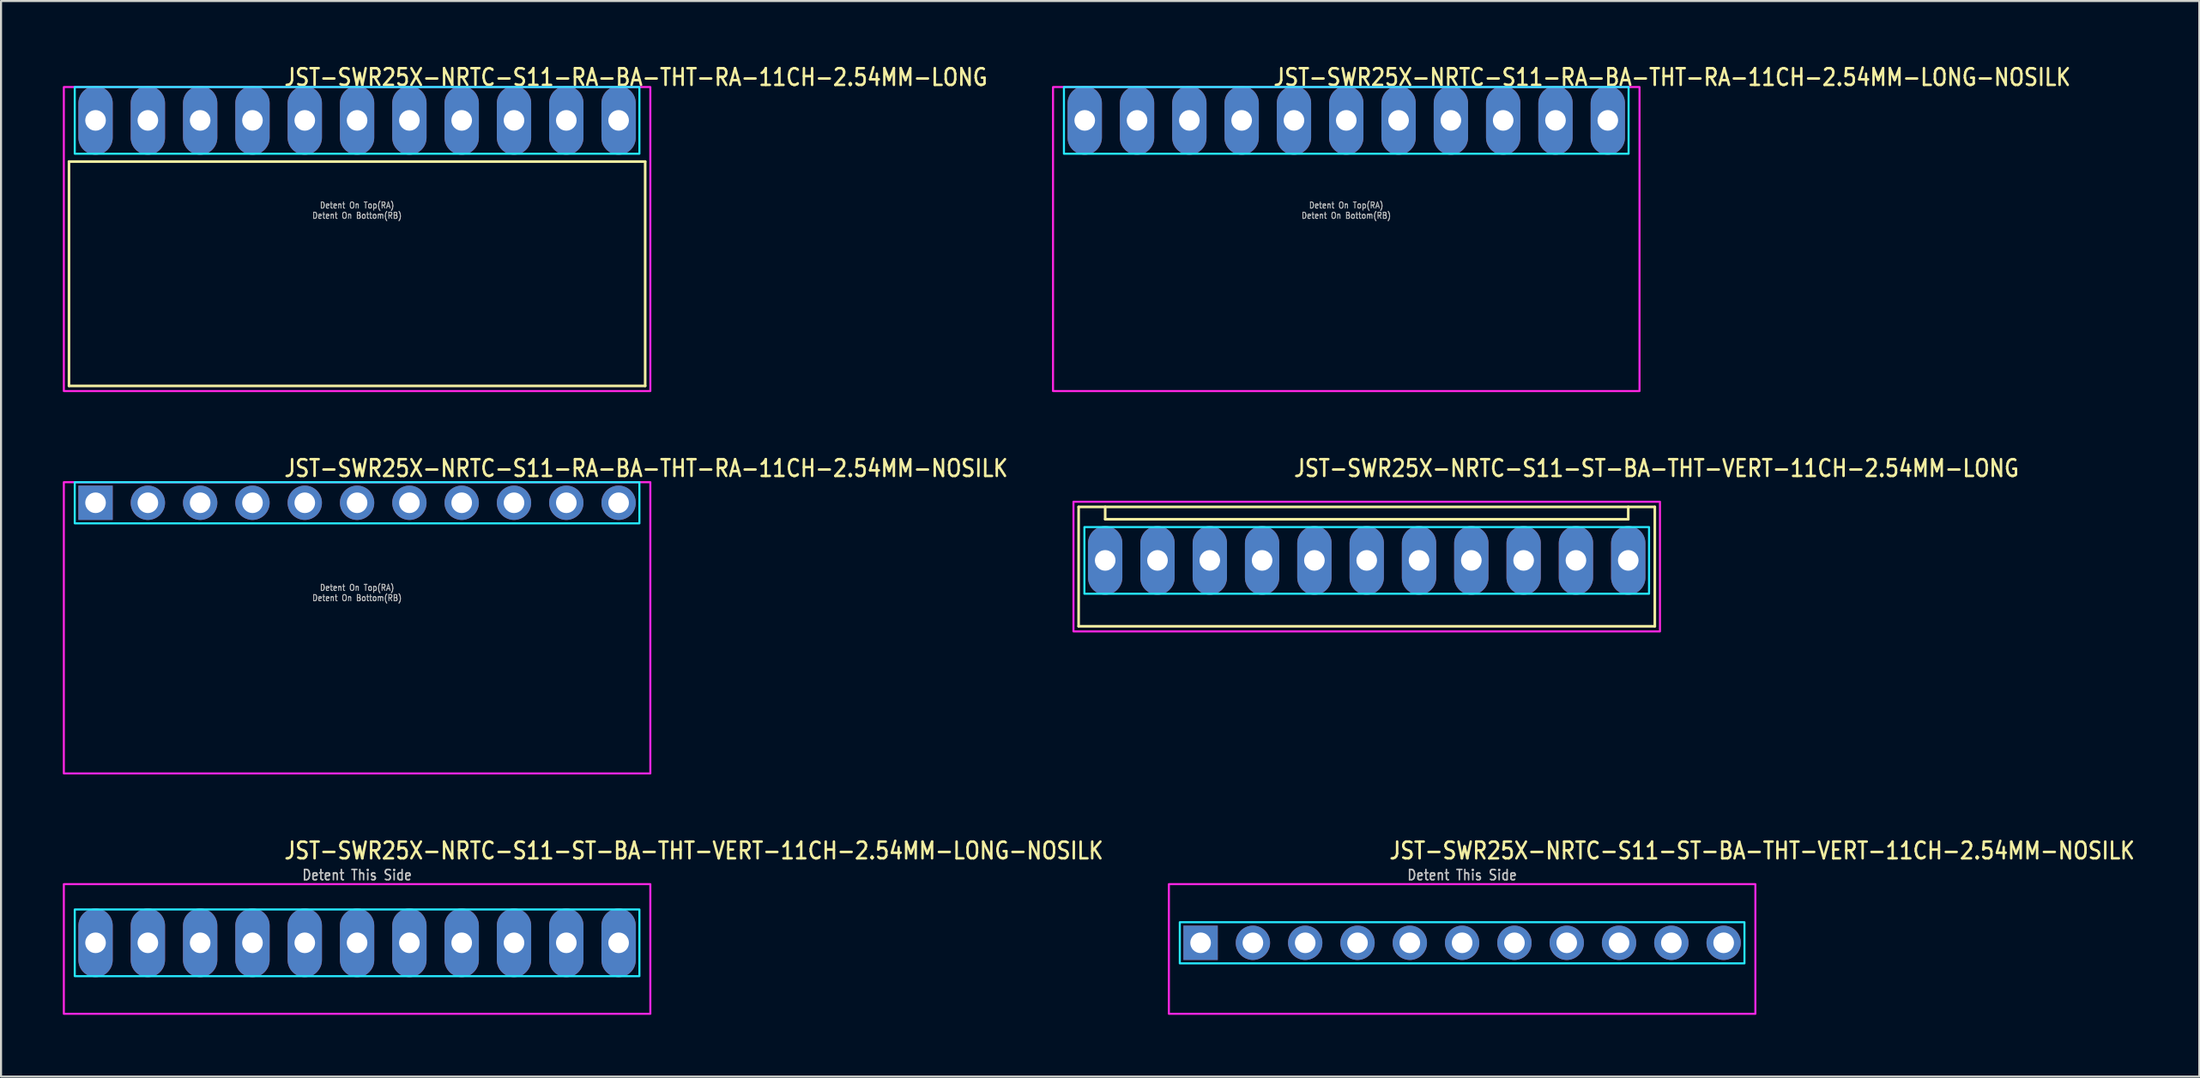
<source format=kicad_pcb>
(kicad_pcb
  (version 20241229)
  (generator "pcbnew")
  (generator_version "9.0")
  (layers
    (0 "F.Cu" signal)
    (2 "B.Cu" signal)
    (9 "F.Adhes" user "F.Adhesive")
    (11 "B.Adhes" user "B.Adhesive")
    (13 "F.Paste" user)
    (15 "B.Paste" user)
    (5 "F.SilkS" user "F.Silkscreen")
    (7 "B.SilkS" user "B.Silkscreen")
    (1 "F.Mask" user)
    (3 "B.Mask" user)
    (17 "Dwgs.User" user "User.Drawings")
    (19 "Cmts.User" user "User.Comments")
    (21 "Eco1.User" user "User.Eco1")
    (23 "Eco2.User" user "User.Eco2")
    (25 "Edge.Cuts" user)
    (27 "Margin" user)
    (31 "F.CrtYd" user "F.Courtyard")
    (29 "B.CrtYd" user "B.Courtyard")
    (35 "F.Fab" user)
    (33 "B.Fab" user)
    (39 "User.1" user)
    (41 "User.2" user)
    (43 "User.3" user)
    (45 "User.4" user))
  (footprint "JST-SWR25X-NRTC-S11-RA-BA-THT-RA-11CH-2.54MM-LONG"
    (layer "F.Cu")
    (at 14.29 2.799)
    (property "Reference" "JST-SWR25X-NRTC-S11-RA-BA-THT-RA-11CH-2.54MM-LONG" (at -3.6 -1.62 0) (unlocked yes) (layer "F.SilkS") (effects (font (size 0.813 0.695) (thickness 0.122)) (justify left bottom)))
    (fp_line (start -13.99 2) (end 13.99 2) (stroke (width 0.127) (type solid)) (layer "F.SilkS"))
    (fp_line (start -13.99 12.9) (end -13.99 2) (stroke (width 0.127) (type solid)) (layer "F.SilkS"))
    (fp_line (start -13.99 12.9) (end 13.99 12.9) (stroke (width 0.127) (type solid)) (layer "F.SilkS"))
    (fp_line (start 13.99 2) (end 13.99 12.9) (stroke (width 0.127) (type solid)) (layer "F.SilkS"))
    (fp_poly (pts (xy -13.71 -1.62) (xy -13.71 1.62) (xy 13.71 1.62) (xy 13.71 -1.62)) (stroke (width 0.1) (type solid)) (fill no) (layer "B.CrtYd"))
    (fp_poly (pts (xy -14.24 -1.62) (xy -14.24 13.15) (xy 14.24 13.15) (xy 14.24 -1.62)) (stroke (width 0.1) (type solid)) (fill no) (layer "F.CrtYd"))
    (fp_text user "Detent On Top(RA)" (at 0 4.3 0) (unlocked yes) (layer "Dwgs.User") (effects (font (size 0.3 0.257) (thickness 0.045)) (justify bottom)))
    (fp_text user "Detent On Bottom(RB)" (at 0 4.8 0) (unlocked yes) (layer "Dwgs.User") (effects (font (size 0.3 0.257) (thickness 0.045)) (justify bottom)))
    (pad "1" thru_hole oval (at -12.7 0 90) (size 3.333 1.667) (drill 1) (layers "*.Cu" "*.Mask"))
    (pad "2" thru_hole oval (at -10.16 0 90) (size 3.333 1.667) (drill 1) (layers "*.Cu" "*.Mask"))
    (pad "3" thru_hole oval (at -7.62 0 90) (size 3.333 1.667) (drill 1) (layers "*.Cu" "*.Mask"))
    (pad "4" thru_hole oval (at -5.08 0 90) (size 3.333 1.667) (drill 1) (layers "*.Cu" "*.Mask"))
    (pad "5" thru_hole oval (at -2.54 0 90) (size 3.333 1.667) (drill 1) (layers "*.Cu" "*.Mask"))
    (pad "6" thru_hole oval (at 0 0 90) (size 3.333 1.667) (drill 1) (layers "*.Cu" "*.Mask"))
    (pad "7" thru_hole oval (at 2.54 0 90) (size 3.333 1.667) (drill 1) (layers "*.Cu" "*.Mask"))
    (pad "8" thru_hole oval (at 5.08 0 90) (size 3.333 1.667) (drill 1) (layers "*.Cu" "*.Mask"))
    (pad "9" thru_hole oval (at 7.62 0 90) (size 3.333 1.667) (drill 1) (layers "*.Cu" "*.Mask"))
    (pad "10" thru_hole oval (at 10.16 0 90) (size 3.333 1.667) (drill 1) (layers "*.Cu" "*.Mask"))
    (pad "11" thru_hole oval (at 12.7 0 90) (size 3.333 1.667) (drill 1) (layers "*.Cu" "*.Mask")))
  (footprint "JST-SWR25X-NRTC-S11-ST-BA-THT-VERT-11CH-2.54MM-NOSILK"
    (layer "F.Cu")
    (at 67.951 42.756)
    (property "Reference" "JST-SWR25X-NRTC-S11-ST-BA-THT-VERT-11CH-2.54MM-NOSILK" (at -3.6 -4 0) (unlocked yes) (layer "F.SilkS") (effects (font (size 0.813 0.695) (thickness 0.122)) (justify left bottom)))
    (fp_poly (pts (xy -13.71 -1) (xy -13.71 1) (xy 13.71 1) (xy 13.71 -1)) (stroke (width 0.1) (type solid)) (fill no) (layer "B.CrtYd"))
    (fp_poly (pts (xy -14.24 -2.85) (xy -14.24 3.45) (xy 14.24 3.45) (xy 14.24 -2.85)) (stroke (width 0.1) (type solid)) (fill no) (layer "F.CrtYd"))
    (fp_text user "Detent This Side" (at 0 -3 0) (unlocked yes) (layer "Dwgs.User") (effects (font (size 0.5 0.427) (thickness 0.075)) (justify bottom)))
    (pad "1" thru_hole rect (at -12.7 0) (size 1.667 1.667) (drill 1) (layers "*.Cu" "*.Mask"))
    (pad "2" thru_hole oval (at -10.16 0) (size 1.667 1.667) (drill 1) (layers "*.Cu" "*.Mask"))
    (pad "3" thru_hole oval (at -7.62 0) (size 1.667 1.667) (drill 1) (layers "*.Cu" "*.Mask"))
    (pad "4" thru_hole oval (at -5.08 0) (size 1.667 1.667) (drill 1) (layers "*.Cu" "*.Mask"))
    (pad "5" thru_hole oval (at -2.54 0) (size 1.667 1.667) (drill 1) (layers "*.Cu" "*.Mask"))
    (pad "6" thru_hole oval (at 0 0) (size 1.667 1.667) (drill 1) (layers "*.Cu" "*.Mask"))
    (pad "7" thru_hole oval (at 2.54 0) (size 1.667 1.667) (drill 1) (layers "*.Cu" "*.Mask"))
    (pad "8" thru_hole oval (at 5.08 0) (size 1.667 1.667) (drill 1) (layers "*.Cu" "*.Mask"))
    (pad "9" thru_hole oval (at 7.62 0) (size 1.667 1.667) (drill 1) (layers "*.Cu" "*.Mask"))
    (pad "10" thru_hole oval (at 10.16 0) (size 1.667 1.667) (drill 1) (layers "*.Cu" "*.Mask"))
    (pad "11" thru_hole oval (at 12.7 0) (size 1.667 1.667) (drill 1) (layers "*.Cu" "*.Mask")))
  (footprint "JST-SWR25X-NRTC-S11-ST-BA-THT-VERT-11CH-2.54MM-LONG"
    (layer "F.Cu")
    (at 63.318 24.177)
    (property "Reference" "JST-SWR25X-NRTC-S11-ST-BA-THT-VERT-11CH-2.54MM-LONG" (at -3.6 -4 0) (unlocked yes) (layer "F.SilkS") (effects (font (size 0.813 0.695) (thickness 0.122)) (justify left bottom)))
    (fp_line (start -13.99 -2.6) (end 13.99 -2.6) (stroke (width 0.127) (type solid)) (layer "F.SilkS"))
    (fp_line (start -13.99 3.2) (end -13.99 -2.6) (stroke (width 0.127) (type solid)) (layer "F.SilkS"))
    (fp_line (start -13.99 3.2) (end 13.99 3.2) (stroke (width 0.127) (type solid)) (layer "F.SilkS"))
    (fp_line (start -12.7 -2.6) (end -12.7 -2) (stroke (width 0.127) (type solid)) (layer "F.SilkS"))
    (fp_line (start -12.7 -2) (end 12.7 -2) (stroke (width 0.127) (type solid)) (layer "F.SilkS"))
    (fp_line (start 12.7 -2.6) (end 12.7 -2) (stroke (width 0.127) (type solid)) (layer "F.SilkS"))
    (fp_line (start 13.99 -2.6) (end 13.99 3.2) (stroke (width 0.127) (type solid)) (layer "F.SilkS"))
    (fp_poly (pts (xy -13.71 -1.62) (xy -13.71 1.62) (xy 13.71 1.62) (xy 13.71 -1.62)) (stroke (width 0.1) (type solid)) (fill no) (layer "B.CrtYd"))
    (fp_poly (pts (xy -14.24 -2.85) (xy -14.24 3.45) (xy 14.24 3.45) (xy 14.24 -2.85)) (stroke (width 0.1) (type solid)) (fill no) (layer "F.CrtYd"))
    (pad "1" thru_hole oval (at -12.7 0 90) (size 3.333 1.667) (drill 1) (layers "*.Cu" "*.Mask"))
    (pad "2" thru_hole oval (at -10.16 0 90) (size 3.333 1.667) (drill 1) (layers "*.Cu" "*.Mask"))
    (pad "3" thru_hole oval (at -7.62 0 90) (size 3.333 1.667) (drill 1) (layers "*.Cu" "*.Mask"))
    (pad "4" thru_hole oval (at -5.08 0 90) (size 3.333 1.667) (drill 1) (layers "*.Cu" "*.Mask"))
    (pad "5" thru_hole oval (at -2.54 0 90) (size 3.333 1.667) (drill 1) (layers "*.Cu" "*.Mask"))
    (pad "6" thru_hole oval (at 0 0 90) (size 3.333 1.667) (drill 1) (layers "*.Cu" "*.Mask"))
    (pad "7" thru_hole oval (at 2.54 0 90) (size 3.333 1.667) (drill 1) (layers "*.Cu" "*.Mask"))
    (pad "8" thru_hole oval (at 5.08 0 90) (size 3.333 1.667) (drill 1) (layers "*.Cu" "*.Mask"))
    (pad "9" thru_hole oval (at 7.62 0 90) (size 3.333 1.667) (drill 1) (layers "*.Cu" "*.Mask"))
    (pad "10" thru_hole oval (at 10.16 0 90) (size 3.333 1.667) (drill 1) (layers "*.Cu" "*.Mask"))
    (pad "11" thru_hole oval (at 12.7 0 90) (size 3.333 1.667) (drill 1) (layers "*.Cu" "*.Mask")))
  (footprint "JST-SWR25X-NRTC-S11-RA-BA-THT-RA-11CH-2.54MM-LONG-NOSILK"
    (layer "F.Cu")
    (at 62.325 2.799)
    (property "Reference" "JST-SWR25X-NRTC-S11-RA-BA-THT-RA-11CH-2.54MM-LONG-NOSILK" (at -3.6 -1.62 0) (unlocked yes) (layer "F.SilkS") (effects (font (size 0.813 0.695) (thickness 0.122)) (justify left bottom)))
    (fp_poly (pts (xy -13.71 -1.62) (xy -13.71 1.62) (xy 13.71 1.62) (xy 13.71 -1.62)) (stroke (width 0.1) (type solid)) (fill no) (layer "B.CrtYd"))
    (fp_poly (pts (xy -14.24 -1.62) (xy -14.24 13.15) (xy 14.24 13.15) (xy 14.24 -1.62)) (stroke (width 0.1) (type solid)) (fill no) (layer "F.CrtYd"))
    (fp_text user "Detent On Bottom(RB)" (at 0 4.8 0) (unlocked yes) (layer "Dwgs.User") (effects (font (size 0.3 0.257) (thickness 0.045)) (justify bottom)))
    (fp_text user "Detent On Top(RA)" (at 0 4.3 0) (unlocked yes) (layer "Dwgs.User") (effects (font (size 0.3 0.257) (thickness 0.045)) (justify bottom)))
    (pad "1" thru_hole oval (at -12.7 0 90) (size 3.333 1.667) (drill 1) (layers "*.Cu" "*.Mask"))
    (pad "2" thru_hole oval (at -10.16 0 90) (size 3.333 1.667) (drill 1) (layers "*.Cu" "*.Mask"))
    (pad "3" thru_hole oval (at -7.62 0 90) (size 3.333 1.667) (drill 1) (layers "*.Cu" "*.Mask"))
    (pad "4" thru_hole oval (at -5.08 0 90) (size 3.333 1.667) (drill 1) (layers "*.Cu" "*.Mask"))
    (pad "5" thru_hole oval (at -2.54 0 90) (size 3.333 1.667) (drill 1) (layers "*.Cu" "*.Mask"))
    (pad "6" thru_hole oval (at 0 0 90) (size 3.333 1.667) (drill 1) (layers "*.Cu" "*.Mask"))
    (pad "7" thru_hole oval (at 2.54 0 90) (size 3.333 1.667) (drill 1) (layers "*.Cu" "*.Mask"))
    (pad "8" thru_hole oval (at 5.08 0 90) (size 3.333 1.667) (drill 1) (layers "*.Cu" "*.Mask"))
    (pad "9" thru_hole oval (at 7.62 0 90) (size 3.333 1.667) (drill 1) (layers "*.Cu" "*.Mask"))
    (pad "10" thru_hole oval (at 10.16 0 90) (size 3.333 1.667) (drill 1) (layers "*.Cu" "*.Mask"))
    (pad "11" thru_hole oval (at 12.7 0 90) (size 3.333 1.667) (drill 1) (layers "*.Cu" "*.Mask")))
  (footprint "JST-SWR25X-NRTC-S11-ST-BA-THT-VERT-11CH-2.54MM-LONG-NOSILK"
    (layer "F.Cu")
    (at 14.29 42.756)
    (property "Reference" "JST-SWR25X-NRTC-S11-ST-BA-THT-VERT-11CH-2.54MM-LONG-NOSILK" (at -3.6 -4 0) (unlocked yes) (layer "F.SilkS") (effects (font (size 0.813 0.695) (thickness 0.122)) (justify left bottom)))
    (fp_poly (pts (xy -13.71 -1.62) (xy -13.71 1.62) (xy 13.71 1.62) (xy 13.71 -1.62)) (stroke (width 0.1) (type solid)) (fill no) (layer "B.CrtYd"))
    (fp_poly (pts (xy -14.24 -2.85) (xy -14.24 3.45) (xy 14.24 3.45) (xy 14.24 -2.85)) (stroke (width 0.1) (type solid)) (fill no) (layer "F.CrtYd"))
    (fp_text user "Detent This Side" (at 0 -3 0) (unlocked yes) (layer "Dwgs.User") (effects (font (size 0.5 0.427) (thickness 0.075)) (justify bottom)))
    (pad "1" thru_hole oval (at -12.7 0 90) (size 3.333 1.667) (drill 1) (layers "*.Cu" "*.Mask"))
    (pad "2" thru_hole oval (at -10.16 0 90) (size 3.333 1.667) (drill 1) (layers "*.Cu" "*.Mask"))
    (pad "3" thru_hole oval (at -7.62 0 90) (size 3.333 1.667) (drill 1) (layers "*.Cu" "*.Mask"))
    (pad "4" thru_hole oval (at -5.08 0 90) (size 3.333 1.667) (drill 1) (layers "*.Cu" "*.Mask"))
    (pad "5" thru_hole oval (at -2.54 0 90) (size 3.333 1.667) (drill 1) (layers "*.Cu" "*.Mask"))
    (pad "6" thru_hole oval (at 0 0 90) (size 3.333 1.667) (drill 1) (layers "*.Cu" "*.Mask"))
    (pad "7" thru_hole oval (at 2.54 0 90) (size 3.333 1.667) (drill 1) (layers "*.Cu" "*.Mask"))
    (pad "8" thru_hole oval (at 5.08 0 90) (size 3.333 1.667) (drill 1) (layers "*.Cu" "*.Mask"))
    (pad "9" thru_hole oval (at 7.62 0 90) (size 3.333 1.667) (drill 1) (layers "*.Cu" "*.Mask"))
    (pad "10" thru_hole oval (at 10.16 0 90) (size 3.333 1.667) (drill 1) (layers "*.Cu" "*.Mask"))
    (pad "11" thru_hole oval (at 12.7 0 90) (size 3.333 1.667) (drill 1) (layers "*.Cu" "*.Mask")))
  (footprint "JST-SWR25X-NRTC-S11-RA-BA-THT-RA-11CH-2.54MM-NOSILK"
    (layer "F.Cu")
    (at 14.29 21.377)
    (property "Reference" "JST-SWR25X-NRTC-S11-RA-BA-THT-RA-11CH-2.54MM-NOSILK" (at -3.6 -1.2 0) (unlocked yes) (layer "F.SilkS") (effects (font (size 0.813 0.695) (thickness 0.122)) (justify left bottom)))
    (fp_poly (pts (xy -13.71 -1) (xy -13.71 1) (xy 13.71 1) (xy 13.71 -1)) (stroke (width 0.1) (type solid)) (fill no) (layer "B.CrtYd"))
    (fp_poly (pts (xy -14.24 -1) (xy -14.24 13.15) (xy 14.24 13.15) (xy 14.24 -1)) (stroke (width 0.1) (type solid)) (fill no) (layer "F.CrtYd"))
    (fp_text user "Detent On Bottom(RB)" (at 0 4.8 0) (unlocked yes) (layer "Dwgs.User") (effects (font (size 0.3 0.257) (thickness 0.045)) (justify bottom)))
    (fp_text user "Detent On Top(RA)" (at 0 4.3 0) (unlocked yes) (layer "Dwgs.User") (effects (font (size 0.3 0.257) (thickness 0.045)) (justify bottom)))
    (pad "1" thru_hole rect (at -12.7 0) (size 1.667 1.667) (drill 1) (layers "*.Cu" "*.Mask"))
    (pad "2" thru_hole oval (at -10.16 0) (size 1.667 1.667) (drill 1) (layers "*.Cu" "*.Mask"))
    (pad "3" thru_hole oval (at -7.62 0) (size 1.667 1.667) (drill 1) (layers "*.Cu" "*.Mask"))
    (pad "4" thru_hole oval (at -5.08 0) (size 1.667 1.667) (drill 1) (layers "*.Cu" "*.Mask"))
    (pad "5" thru_hole oval (at -2.54 0) (size 1.667 1.667) (drill 1) (layers "*.Cu" "*.Mask"))
    (pad "6" thru_hole oval (at 0 0) (size 1.667 1.667) (drill 1) (layers "*.Cu" "*.Mask"))
    (pad "7" thru_hole oval (at 2.54 0) (size 1.667 1.667) (drill 1) (layers "*.Cu" "*.Mask"))
    (pad "8" thru_hole oval (at 5.08 0) (size 1.667 1.667) (drill 1) (layers "*.Cu" "*.Mask"))
    (pad "9" thru_hole oval (at 7.62 0) (size 1.667 1.667) (drill 1) (layers "*.Cu" "*.Mask"))
    (pad "10" thru_hole oval (at 10.16 0) (size 1.667 1.667) (drill 1) (layers "*.Cu" "*.Mask"))
    (pad "11" thru_hole oval (at 12.7 0) (size 1.667 1.667) (drill 1) (layers "*.Cu" "*.Mask")))
  (gr_rect
    (start -3 -3)
    (end 103.748 49.256)
    (stroke (width 0.1) (type default))
    (fill no)
    (layer "Edge.Cuts")))
</source>
